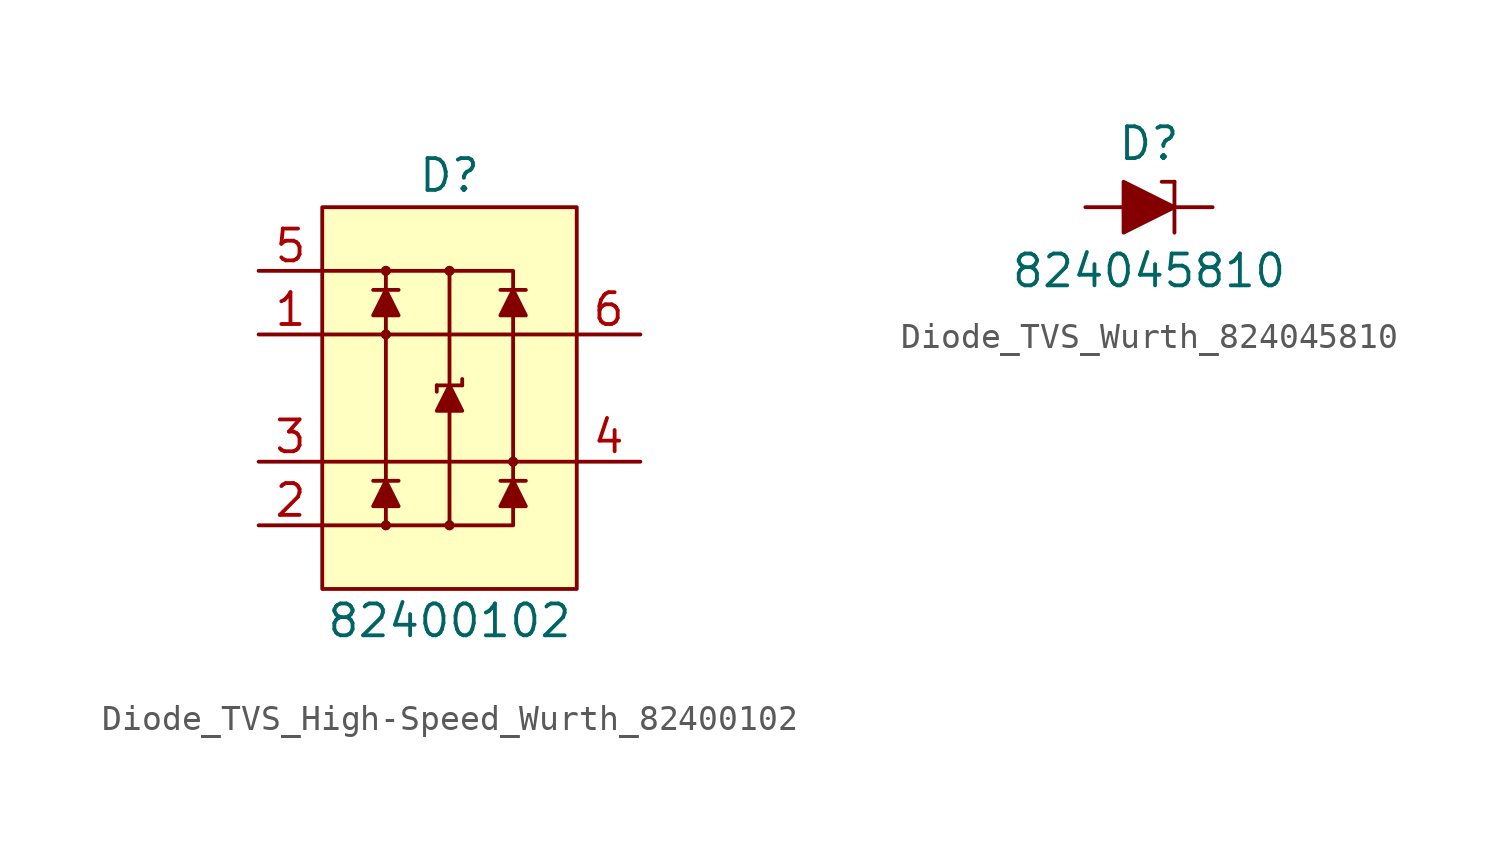
<source format=kicad_sym>
(kicad_symbol_lib
  (version 20220914)
  (generator kicad_symbol_editor)
  (symbol "Diode_TVS_High-Speed_Wurth_82400102"
    (pin_names hide)
    (property "Reference" "D"
      (at 0 8.89 0)
      (effects (font (size 1.27 1.27))))
    (property "Value" "82400102"
      (at 0 -8.89 0)
      (effects (font (size 1.27 1.27))))
    (symbol "Diode_TVS_High-Speed_Wurth_82400102_0_1"
      (polyline (pts (xy -5.08 2.54) (xy 5.08 2.54)) (stroke (width 0) (type default)) (fill (type none)))
      (polyline (pts (xy -5.08 5.08) (xy -2.54 5.08)) (stroke (width 0) (type default)) (fill (type none)))
      (polyline (pts (xy -3.048 -3.302) (xy -2.032 -3.302)) (stroke (width 0) (type default)) (fill (type none)))
      (polyline (pts (xy -3.048 4.318) (xy -2.032 4.318)) (stroke (width 0) (type default)) (fill (type none)))
      (polyline (pts (xy -2.54 -5.08) (xy -5.08 -5.08)) (stroke (width 0) (type default)) (fill (type none)))
      (polyline (pts (xy -2.54 -3.302) (xy -2.54 3.302)) (stroke (width 0) (type default)) (fill (type none)))
      (polyline (pts (xy -0.508 0.508) (xy -0.508 0.254)) (stroke (width 0) (type default)) (fill (type none)))
      (polyline (pts (xy -0.508 0.508) (xy 0.508 0.508)) (stroke (width 0) (type default)) (fill (type none)))
      (polyline (pts (xy 0 -0.508) (xy 0 -5.08)) (stroke (width 0) (type default)) (fill (type none)))
      (polyline (pts (xy 0 0.508) (xy 0 5.08)) (stroke (width 0) (type default)) (fill (type none)))
      (polyline (pts (xy 0.508 0.508) (xy 0.508 0.762)) (stroke (width 0) (type default)) (fill (type none)))
      (polyline (pts (xy 2.032 -3.302) (xy 3.048 -3.302)) (stroke (width 0) (type default)) (fill (type none)))
      (polyline (pts (xy 2.032 4.318) (xy 3.048 4.318)) (stroke (width 0) (type default)) (fill (type none)))
      (polyline (pts (xy 2.54 3.302) (xy 2.54 -3.302)) (stroke (width 0) (type default)) (fill (type none)))
      (polyline (pts (xy -2.54 4.318) (xy -2.54 5.08) (xy 2.54 5.08) (xy 2.54 4.318)) (stroke (width 0) (type default)) (fill (type none)))
      (polyline (pts (xy -2.54 -4.318) (xy -2.54 -5.08) (xy 0 -5.08) (xy 2.54 -5.08) (xy 2.54 -4.318)) (stroke (width 0) (type default)) (fill (type none))))
    (symbol "Diode_TVS_High-Speed_Wurth_82400102_1_1"
      (rectangle (start -5.08 7.62) (end 5.08 -7.62) (stroke (width 0) (type default)) (fill (type background)))
      (circle (center -2.54 -5.08) (radius 0.127) (stroke (width 0) (type default)) (fill (type outline)))
      (circle (center -2.54 2.54) (radius 0.127) (stroke (width 0) (type default)) (fill (type outline)))
      (circle (center -2.54 5.08) (radius 0.127) (stroke (width 0) (type default)) (fill (type outline)))
      (circle (center 0 -5.08) (radius 0.127) (stroke (width 0) (type default)) (fill (type outline)))
      (polyline (pts (xy -5.08 -2.54) (xy 5.08 -2.54)) (stroke (width 0) (type default)) (fill (type none)))
      (polyline (pts (xy -2.54 -3.302) (xy -3.048 -4.318) (xy -2.032 -4.318) (xy -2.54 -3.302)) (stroke (width 0) (type default)) (fill (type outline)))
      (polyline (pts (xy -2.54 4.318) (xy -3.048 3.302) (xy -2.032 3.302) (xy -2.54 4.318)) (stroke (width 0) (type default)) (fill (type outline)))
      (polyline (pts (xy 0 0.508) (xy -0.508 -0.508) (xy 0.508 -0.508) (xy 0 0.508)) (stroke (width 0) (type default)) (fill (type outline)))
      (polyline (pts (xy 2.54 -3.302) (xy 2.032 -4.318) (xy 3.048 -4.318) (xy 2.54 -3.302)) (stroke (width 0) (type default)) (fill (type outline)))
      (polyline (pts (xy 2.54 4.318) (xy 2.032 3.302) (xy 3.048 3.302) (xy 2.54 4.318)) (stroke (width 0) (type default)) (fill (type outline)))
      (circle (center 0 5.08) (radius 0.127) (stroke (width 0) (type default)) (fill (type outline)))
      (circle (center 2.54 -2.54) (radius 0.127) (stroke (width 0) (type default)) (fill (type outline)))
      (pin bidirectional line (at -7.62 2.54 0) (length 2.54) (name "IO1" (effects (font (size 1.27 1.27)))) (number "1" (effects (font (size 1.27 1.27)))))
      (pin power_in line (at -7.62 -5.08 0) (length 2.54) (name "GND" (effects (font (size 1.27 1.27)))) (number "2" (effects (font (size 1.27 1.27)))))
      (pin bidirectional line (at -7.62 -2.54 0) (length 2.54) (name "IO2" (effects (font (size 1.27 1.27)))) (number "3" (effects (font (size 1.27 1.27)))))
      (pin bidirectional line (at 7.62 -2.54 180) (length 2.54) (name "IO2" (effects (font (size 1.27 1.27)))) (number "4" (effects (font (size 1.27 1.27)))))
      (pin power_in line (at -7.62 5.08 0) (length 2.54) (name "VDD" (effects (font (size 1.27 1.27)))) (number "5" (effects (font (size 1.27 1.27)))))
      (pin bidirectional line (at 7.62 2.54 180) (length 2.54) (name "io1" (effects (font (size 1.27 1.27)))) (number "6" (effects (font (size 1.27 1.27)))))))
  (symbol "Diode_TVS_Wurth_824045810"
    (pin_numbers hide)
    (pin_names hide)
    (property "Reference" "D"
      (at 0 2.54 0)
      (effects (font (size 1.27 1.27))))
    (property "Value" "824045810"
      (at 0 -2.54 0)
      (effects (font (size 1.27 1.27))))
    (symbol "Diode_TVS_Wurth_824045810_0_1"
      (polyline (pts (xy 1.016 -1.016) (xy 1.016 1.016)) (stroke (width 0) (type default)) (fill (type none)))
      (polyline (pts (xy 1.016 1.016) (xy 0.508 1.016)) (stroke (width 0) (type default)) (fill (type none))))
    (symbol "Diode_TVS_Wurth_824045810_1_1"
      (polyline (pts (xy 1.016 0) (xy -1.016 -1.016) (xy -1.016 1.016) (xy 1.016 0)) (stroke (width 0) (type default)) (fill (type outline)))
      (pin input line (at 2.54 0 180) (length 1.524) (name "A" (effects (font (size 1.27 1.27)))) (number "1" (effects (font (size 1.27 1.27)))))
      (pin input line (at -2.54 0 0) (length 1.524) (name "K" (effects (font (size 1.27 1.27)))) (number "2" (effects (font (size 1.27 1.27))))))))
</source>
